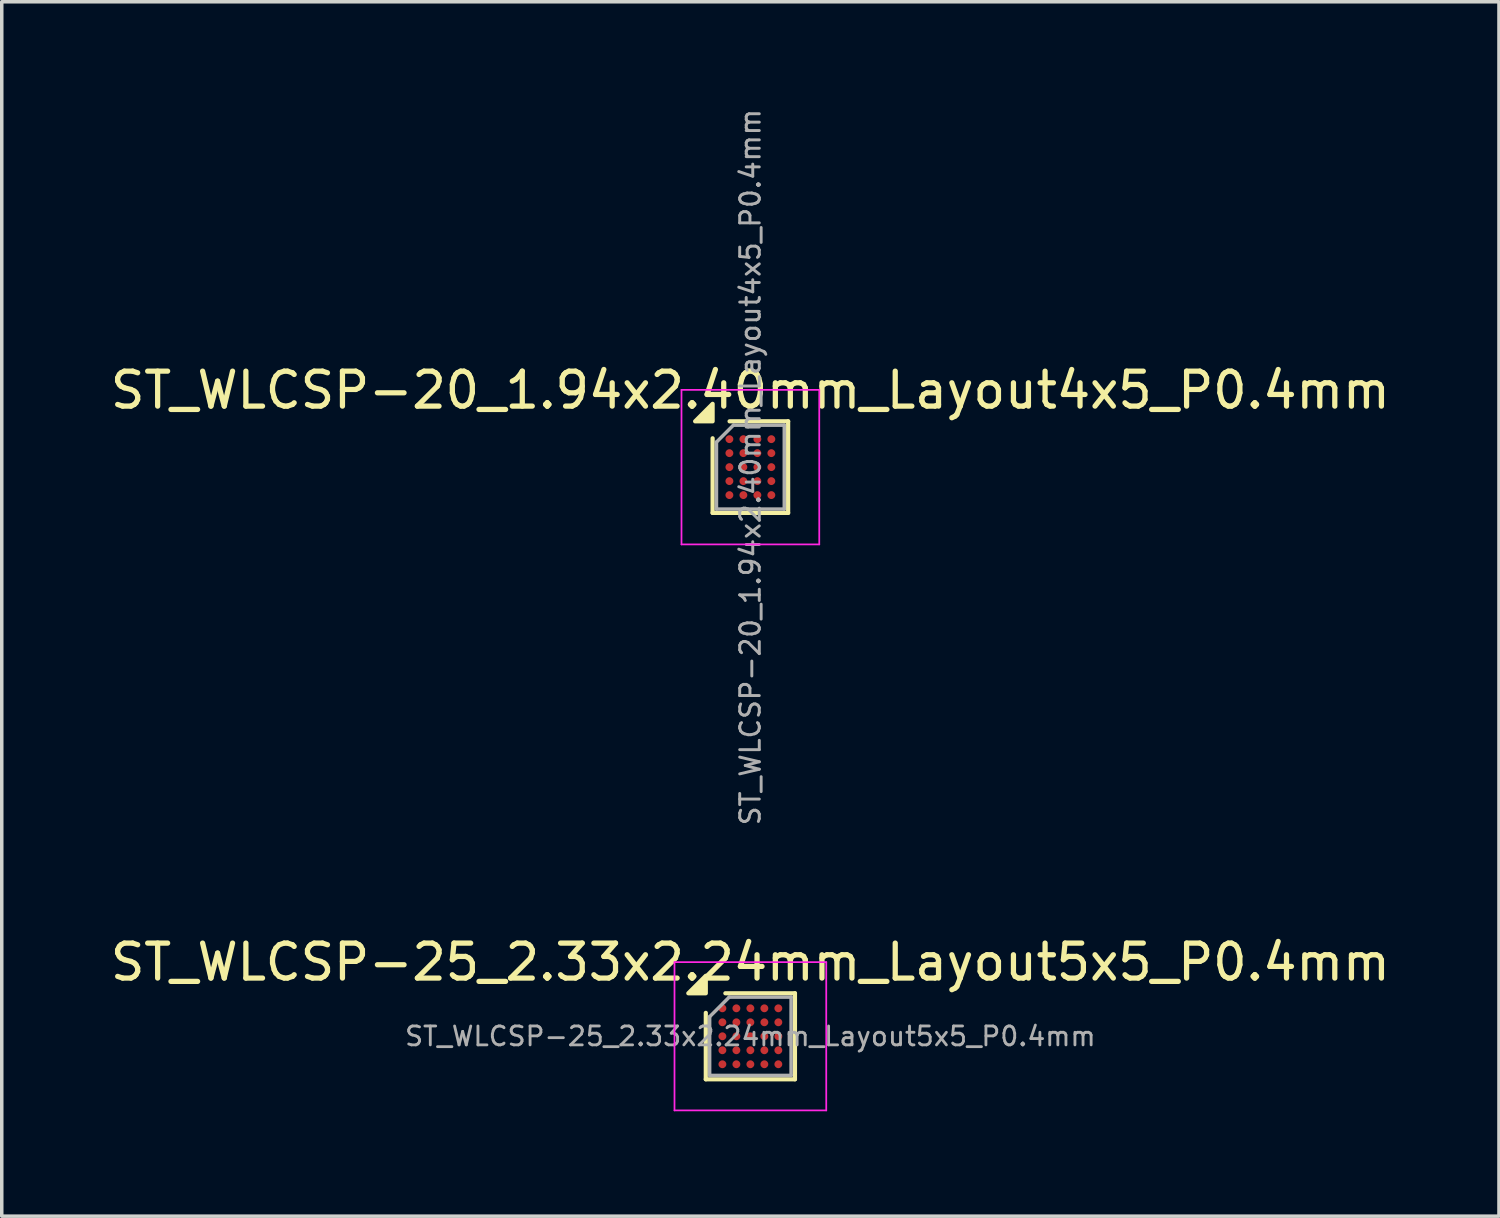
<source format=kicad_pcb>
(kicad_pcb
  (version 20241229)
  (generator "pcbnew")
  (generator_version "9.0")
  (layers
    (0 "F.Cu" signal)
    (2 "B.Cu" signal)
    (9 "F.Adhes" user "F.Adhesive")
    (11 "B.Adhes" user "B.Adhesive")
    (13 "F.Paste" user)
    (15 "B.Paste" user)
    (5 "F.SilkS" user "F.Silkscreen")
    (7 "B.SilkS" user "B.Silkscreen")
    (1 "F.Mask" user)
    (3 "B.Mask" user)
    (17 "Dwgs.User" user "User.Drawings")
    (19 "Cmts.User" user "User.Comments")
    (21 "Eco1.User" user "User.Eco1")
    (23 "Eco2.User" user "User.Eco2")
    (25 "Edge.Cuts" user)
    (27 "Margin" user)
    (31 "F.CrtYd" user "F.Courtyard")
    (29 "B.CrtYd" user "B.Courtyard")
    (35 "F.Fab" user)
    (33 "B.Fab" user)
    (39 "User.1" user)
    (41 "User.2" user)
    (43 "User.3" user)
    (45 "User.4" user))
  (footprint "ST_WLCSP-25_2.33x2.24mm_Layout5x5_P0.4mm"
    (layer "F.Cu")
    (at 18.411 26.588)
    (property "Reference" "ST_WLCSP-25_2.33x2.24mm_Layout5x5_P0.4mm" (at 0 -2.12 0) (layer "F.SilkS") (effects (font (size 1 1) (thickness 0.15))))
    (attr smd)
    (fp_line (start -1.275 1.23) (end -1.275 -0.67) (stroke (width 0.12) (type solid)) (layer "F.SilkS"))
    (fp_line (start -0.715 -1.23) (end 1.275 -1.23) (stroke (width 0.12) (type solid)) (layer "F.SilkS"))
    (fp_line (start 1.275 -1.23) (end 1.275 1.23) (stroke (width 0.12) (type solid)) (layer "F.SilkS"))
    (fp_line (start 1.275 1.23) (end -1.275 1.23) (stroke (width 0.12) (type solid)) (layer "F.SilkS"))
    (fp_poly (pts (xy -1.275 -1.23) (xy -1.775 -1.23) (xy -1.275 -1.73) (xy -1.275 -1.23)) (stroke (width 0.12) (type solid)) (fill yes) (layer "F.SilkS"))
    (fp_line (start -2.17 -2.12) (end -2.17 2.12) (stroke (width 0.05) (type solid)) (layer "F.CrtYd"))
    (fp_line (start -2.17 2.12) (end 2.17 2.12) (stroke (width 0.05) (type solid)) (layer "F.CrtYd"))
    (fp_line (start 2.17 -2.12) (end -2.17 -2.12) (stroke (width 0.05) (type solid)) (layer "F.CrtYd"))
    (fp_line (start 2.17 2.12) (end 2.17 -2.12) (stroke (width 0.05) (type solid)) (layer "F.CrtYd"))
    (fp_line (start -1.165 -0.56) (end -0.605 -1.12) (stroke (width 0.1) (type solid)) (layer "F.Fab"))
    (fp_line (start -1.165 1.12) (end -1.165 -0.56) (stroke (width 0.1) (type solid)) (layer "F.Fab"))
    (fp_line (start -0.605 -1.12) (end 1.165 -1.12) (stroke (width 0.1) (type solid)) (layer "F.Fab"))
    (fp_line (start 1.165 -1.12) (end 1.165 1.12) (stroke (width 0.1) (type solid)) (layer "F.Fab"))
    (fp_line (start 1.165 1.12) (end -1.165 1.12) (stroke (width 0.1) (type solid)) (layer "F.Fab"))
    (fp_text user "${REFERENCE}" (at 0 0 0) (layer "F.Fab") (effects (font (size 0.54 0.54) (thickness 0.081))))
    (pad "A1" smd circle (at -0.8 -0.8) (size 0.225 0.225) (property pad_prop_bga) (layers "F.Cu" "F.Mask" "F.Paste"))
    (pad "A2" smd circle (at -0.4 -0.8) (size 0.225 0.225) (property pad_prop_bga) (layers "F.Cu" "F.Mask" "F.Paste"))
    (pad "A3" smd circle (at 0 -0.8) (size 0.225 0.225) (property pad_prop_bga) (layers "F.Cu" "F.Mask" "F.Paste"))
    (pad "A4" smd circle (at 0.4 -0.8) (size 0.225 0.225) (property pad_prop_bga) (layers "F.Cu" "F.Mask" "F.Paste"))
    (pad "A5" smd circle (at 0.8 -0.8) (size 0.225 0.225) (property pad_prop_bga) (layers "F.Cu" "F.Mask" "F.Paste"))
    (pad "B1" smd circle (at -0.8 -0.4) (size 0.225 0.225) (property pad_prop_bga) (layers "F.Cu" "F.Mask" "F.Paste"))
    (pad "B2" smd circle (at -0.4 -0.4) (size 0.225 0.225) (property pad_prop_bga) (layers "F.Cu" "F.Mask" "F.Paste"))
    (pad "B3" smd circle (at 0 -0.4) (size 0.225 0.225) (property pad_prop_bga) (layers "F.Cu" "F.Mask" "F.Paste"))
    (pad "B4" smd circle (at 0.4 -0.4) (size 0.225 0.225) (property pad_prop_bga) (layers "F.Cu" "F.Mask" "F.Paste"))
    (pad "B5" smd circle (at 0.8 -0.4) (size 0.225 0.225) (property pad_prop_bga) (layers "F.Cu" "F.Mask" "F.Paste"))
    (pad "C1" smd circle (at -0.8 0) (size 0.225 0.225) (property pad_prop_bga) (layers "F.Cu" "F.Mask" "F.Paste"))
    (pad "C2" smd circle (at -0.4 0) (size 0.225 0.225) (property pad_prop_bga) (layers "F.Cu" "F.Mask" "F.Paste"))
    (pad "C3" smd circle (at 0 0) (size 0.225 0.225) (property pad_prop_bga) (layers "F.Cu" "F.Mask" "F.Paste"))
    (pad "C4" smd circle (at 0.4 0) (size 0.225 0.225) (property pad_prop_bga) (layers "F.Cu" "F.Mask" "F.Paste"))
    (pad "C5" smd circle (at 0.8 0) (size 0.225 0.225) (property pad_prop_bga) (layers "F.Cu" "F.Mask" "F.Paste"))
    (pad "D1" smd circle (at -0.8 0.4) (size 0.225 0.225) (property pad_prop_bga) (layers "F.Cu" "F.Mask" "F.Paste"))
    (pad "D2" smd circle (at -0.4 0.4) (size 0.225 0.225) (property pad_prop_bga) (layers "F.Cu" "F.Mask" "F.Paste"))
    (pad "D3" smd circle (at 0 0.4) (size 0.225 0.225) (property pad_prop_bga) (layers "F.Cu" "F.Mask" "F.Paste"))
    (pad "D4" smd circle (at 0.4 0.4) (size 0.225 0.225) (property pad_prop_bga) (layers "F.Cu" "F.Mask" "F.Paste"))
    (pad "D5" smd circle (at 0.8 0.4) (size 0.225 0.225) (property pad_prop_bga) (layers "F.Cu" "F.Mask" "F.Paste"))
    (pad "E1" smd circle (at -0.8 0.8) (size 0.225 0.225) (property pad_prop_bga) (layers "F.Cu" "F.Mask" "F.Paste"))
    (pad "E2" smd circle (at -0.4 0.8) (size 0.225 0.225) (property pad_prop_bga) (layers "F.Cu" "F.Mask" "F.Paste"))
    (pad "E3" smd circle (at 0 0.8) (size 0.225 0.225) (property pad_prop_bga) (layers "F.Cu" "F.Mask" "F.Paste"))
    (pad "E4" smd circle (at 0.4 0.8) (size 0.225 0.225) (property pad_prop_bga) (layers "F.Cu" "F.Mask" "F.Paste"))
    (pad "E5" smd circle (at 0.8 0.8) (size 0.225 0.225) (property pad_prop_bga) (layers "F.Cu" "F.Mask" "F.Paste")))
  (footprint "ST_WLCSP-20_1.94x2.40mm_Layout4x5_P0.4mm"
    (layer "F.Cu")
    (at 18.411 10.31)
    (property "Reference" "ST_WLCSP-20_1.94x2.40mm_Layout4x5_P0.4mm" (at 0 -2.2 0) (layer "F.SilkS") (effects (font (size 1 1) (thickness 0.15))))
    (attr smd)
    (fp_line (start -1.08 1.31) (end -1.08 -0.825) (stroke (width 0.12) (type solid)) (layer "F.SilkS"))
    (fp_line (start -0.595 -1.31) (end 1.08 -1.31) (stroke (width 0.12) (type solid)) (layer "F.SilkS"))
    (fp_line (start 1.08 -1.31) (end 1.08 1.31) (stroke (width 0.12) (type solid)) (layer "F.SilkS"))
    (fp_line (start 1.08 1.31) (end -1.08 1.31) (stroke (width 0.12) (type solid)) (layer "F.SilkS"))
    (fp_poly (pts (xy -1.08 -1.31) (xy -1.58 -1.31) (xy -1.08 -1.81) (xy -1.08 -1.31)) (stroke (width 0.12) (type solid)) (fill yes) (layer "F.SilkS"))
    (fp_line (start -1.97 -2.21) (end -1.97 2.21) (stroke (width 0.05) (type solid)) (layer "F.CrtYd"))
    (fp_line (start -1.97 2.21) (end 1.97 2.21) (stroke (width 0.05) (type solid)) (layer "F.CrtYd"))
    (fp_line (start 1.97 -2.21) (end -1.97 -2.21) (stroke (width 0.05) (type solid)) (layer "F.CrtYd"))
    (fp_line (start 1.97 2.21) (end 1.97 -2.21) (stroke (width 0.05) (type solid)) (layer "F.CrtYd"))
    (fp_line (start -0.97 -0.715) (end -0.485 -1.2) (stroke (width 0.1) (type solid)) (layer "F.Fab"))
    (fp_line (start -0.97 1.2) (end -0.97 -0.715) (stroke (width 0.1) (type solid)) (layer "F.Fab"))
    (fp_line (start -0.485 -1.2) (end 0.97 -1.2) (stroke (width 0.1) (type solid)) (layer "F.Fab"))
    (fp_line (start 0.97 -1.2) (end 0.97 1.2) (stroke (width 0.1) (type solid)) (layer "F.Fab"))
    (fp_line (start 0.97 1.2) (end -0.97 1.2) (stroke (width 0.1) (type solid)) (layer "F.Fab"))
    (fp_text user "${REFERENCE}" (at 0 0 270) (layer "F.Fab") (effects (font (size 0.56 0.56) (thickness 0.084))))
    (pad "A1" smd circle (at -0.6 -0.8) (size 0.225 0.225) (property pad_prop_bga) (layers "F.Cu" "F.Mask" "F.Paste"))
    (pad "A2" smd circle (at -0.2 -0.8) (size 0.225 0.225) (property pad_prop_bga) (layers "F.Cu" "F.Mask" "F.Paste"))
    (pad "A3" smd circle (at 0.2 -0.8) (size 0.225 0.225) (property pad_prop_bga) (layers "F.Cu" "F.Mask" "F.Paste"))
    (pad "A4" smd circle (at 0.6 -0.8) (size 0.225 0.225) (property pad_prop_bga) (layers "F.Cu" "F.Mask" "F.Paste"))
    (pad "B1" smd circle (at -0.6 -0.4) (size 0.225 0.225) (property pad_prop_bga) (layers "F.Cu" "F.Mask" "F.Paste"))
    (pad "B2" smd circle (at -0.2 -0.4) (size 0.225 0.225) (property pad_prop_bga) (layers "F.Cu" "F.Mask" "F.Paste"))
    (pad "B3" smd circle (at 0.2 -0.4) (size 0.225 0.225) (property pad_prop_bga) (layers "F.Cu" "F.Mask" "F.Paste"))
    (pad "B4" smd circle (at 0.6 -0.4) (size 0.225 0.225) (property pad_prop_bga) (layers "F.Cu" "F.Mask" "F.Paste"))
    (pad "C1" smd circle (at -0.6 0) (size 0.225 0.225) (property pad_prop_bga) (layers "F.Cu" "F.Mask" "F.Paste"))
    (pad "C2" smd circle (at -0.2 0) (size 0.225 0.225) (property pad_prop_bga) (layers "F.Cu" "F.Mask" "F.Paste"))
    (pad "C3" smd circle (at 0.2 0) (size 0.225 0.225) (property pad_prop_bga) (layers "F.Cu" "F.Mask" "F.Paste"))
    (pad "C4" smd circle (at 0.6 0) (size 0.225 0.225) (property pad_prop_bga) (layers "F.Cu" "F.Mask" "F.Paste"))
    (pad "D1" smd circle (at -0.6 0.4) (size 0.225 0.225) (property pad_prop_bga) (layers "F.Cu" "F.Mask" "F.Paste"))
    (pad "D2" smd circle (at -0.2 0.4) (size 0.225 0.225) (property pad_prop_bga) (layers "F.Cu" "F.Mask" "F.Paste"))
    (pad "D3" smd circle (at 0.2 0.4) (size 0.225 0.225) (property pad_prop_bga) (layers "F.Cu" "F.Mask" "F.Paste"))
    (pad "D4" smd circle (at 0.6 0.4) (size 0.225 0.225) (property pad_prop_bga) (layers "F.Cu" "F.Mask" "F.Paste"))
    (pad "E1" smd circle (at -0.6 0.8) (size 0.225 0.225) (property pad_prop_bga) (layers "F.Cu" "F.Mask" "F.Paste"))
    (pad "E2" smd circle (at -0.2 0.8) (size 0.225 0.225) (property pad_prop_bga) (layers "F.Cu" "F.Mask" "F.Paste"))
    (pad "E3" smd circle (at 0.2 0.8) (size 0.225 0.225) (property pad_prop_bga) (layers "F.Cu" "F.Mask" "F.Paste"))
    (pad "E4" smd circle (at 0.6 0.8) (size 0.225 0.225) (property pad_prop_bga) (layers "F.Cu" "F.Mask" "F.Paste")))
  (gr_rect
    (start -3 -3)
    (end 39.821 31.733)
    (stroke (width 0.1) (type default))
    (fill no)
    (layer "Edge.Cuts")))
</source>
